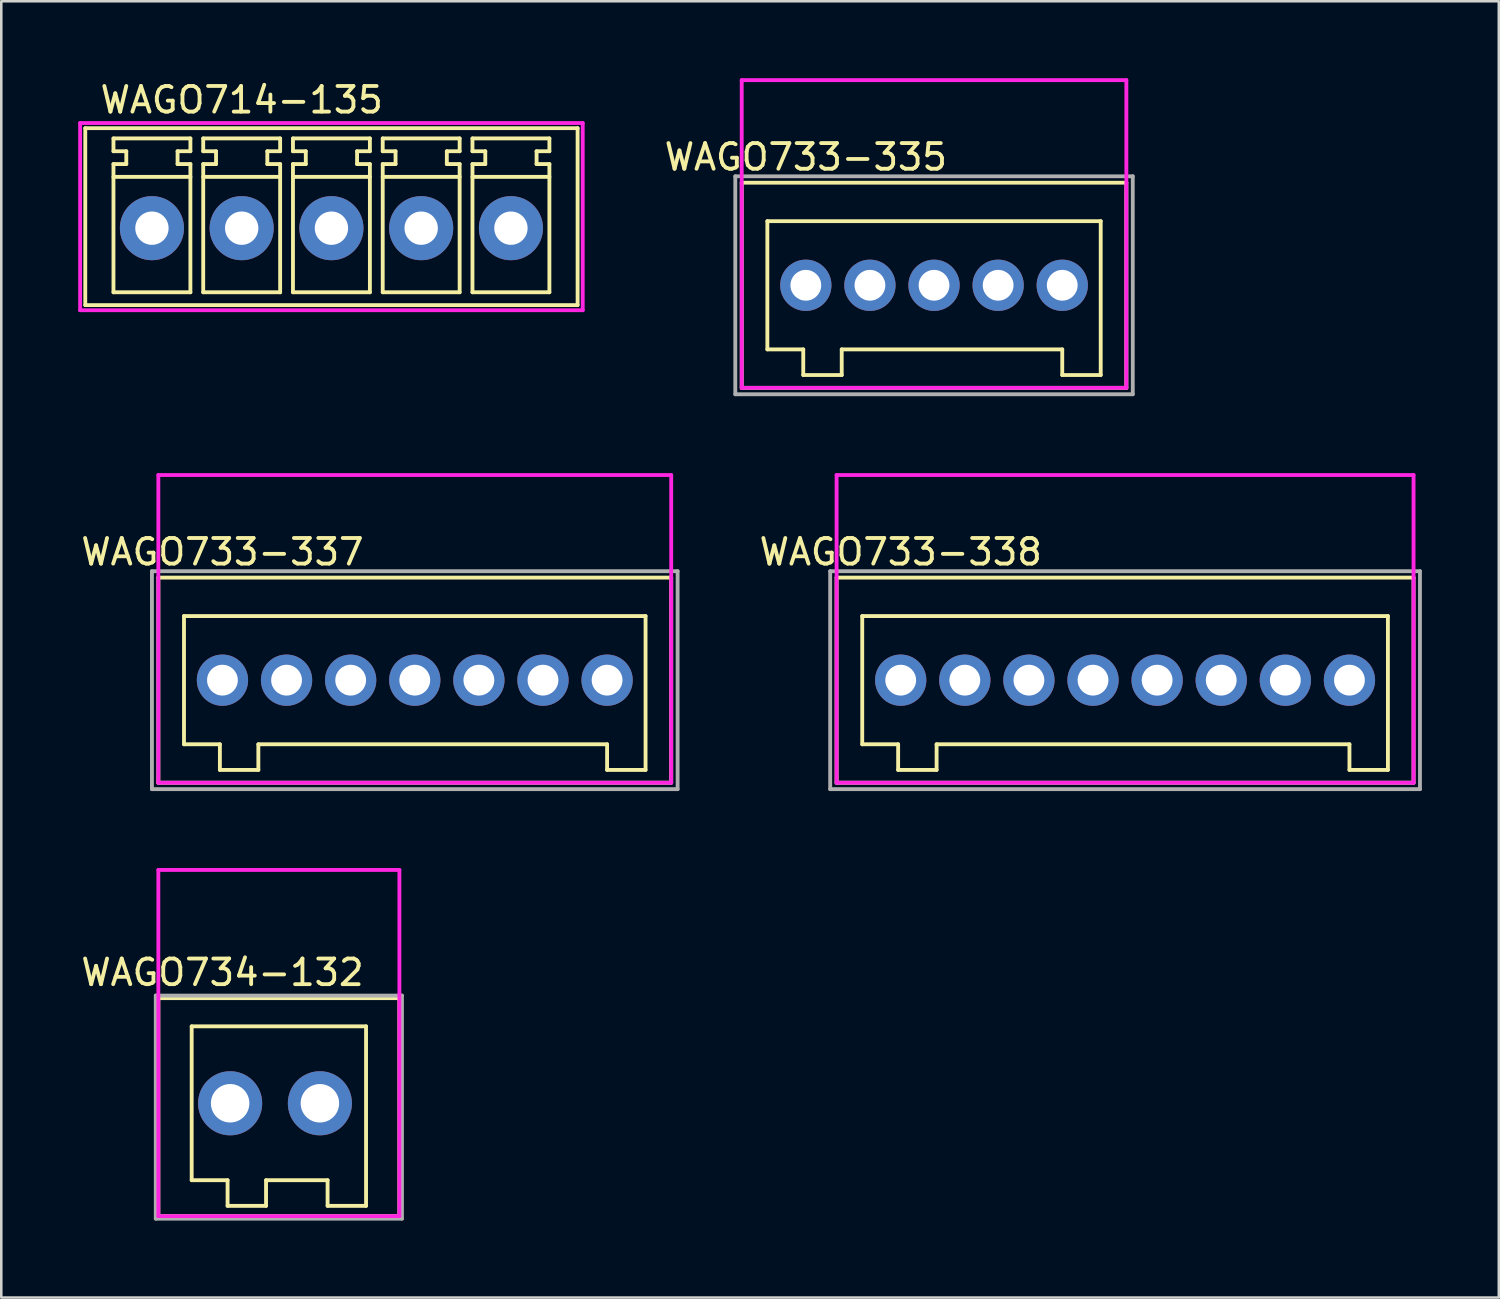
<source format=kicad_pcb>
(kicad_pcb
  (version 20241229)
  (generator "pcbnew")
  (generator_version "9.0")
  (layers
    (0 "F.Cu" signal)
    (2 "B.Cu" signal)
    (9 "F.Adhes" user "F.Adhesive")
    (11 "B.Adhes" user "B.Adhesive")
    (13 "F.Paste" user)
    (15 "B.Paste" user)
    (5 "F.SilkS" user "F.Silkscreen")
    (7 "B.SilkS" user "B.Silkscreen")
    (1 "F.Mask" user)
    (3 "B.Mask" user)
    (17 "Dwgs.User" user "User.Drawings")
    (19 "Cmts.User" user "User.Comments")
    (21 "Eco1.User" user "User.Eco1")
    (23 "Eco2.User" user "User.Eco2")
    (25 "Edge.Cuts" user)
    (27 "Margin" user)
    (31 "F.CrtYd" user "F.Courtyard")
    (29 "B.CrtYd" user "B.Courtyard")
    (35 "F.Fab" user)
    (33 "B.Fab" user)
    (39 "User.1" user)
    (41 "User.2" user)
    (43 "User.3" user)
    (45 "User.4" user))
  (footprint "WAGO733-338"
    (layer "F.Cu")
    (at 32.075 23.475)
    (property "Reference" "WAGO733-338" (at 0 -5 0) (layer "F.SilkS") (effects (font (size 1 1) (thickness 0.15))))
    (attr through_hole)
    (fp_line (start -2.5 4) (end -2.5 -4) (stroke (width 0.15) (type solid)) (layer "F.SilkS"))
    (fp_line (start -1.5 -2.5) (end -1.5 2.5) (stroke (width 0.15) (type solid)) (layer "F.SilkS"))
    (fp_line (start -1.5 2.5) (end -0.1 2.5) (stroke (width 0.15) (type solid)) (layer "F.SilkS"))
    (fp_line (start -0.1 2.5) (end -0.1 3.5) (stroke (width 0.15) (type solid)) (layer "F.SilkS"))
    (fp_line (start -0.1 3.5) (end 1.4 3.5) (stroke (width 0.15) (type solid)) (layer "F.SilkS"))
    (fp_line (start 1.4 2.5) (end 17.5 2.5) (stroke (width 0.15) (type solid)) (layer "F.SilkS"))
    (fp_line (start 1.4 3.5) (end 1.4 2.5) (stroke (width 0.15) (type solid)) (layer "F.SilkS"))
    (fp_line (start 17.5 2.5) (end 17.5 3.5) (stroke (width 0.15) (type solid)) (layer "F.SilkS"))
    (fp_line (start 17.5 3.5) (end 19 3.5) (stroke (width 0.15) (type solid)) (layer "F.SilkS"))
    (fp_line (start 19 -2.5) (end -1.5 -2.5) (stroke (width 0.15) (type solid)) (layer "F.SilkS"))
    (fp_line (start 19 3.5) (end 19 -2.5) (stroke (width 0.15) (type solid)) (layer "F.SilkS"))
    (fp_line (start 20 -4) (end -2.5 -4) (stroke (width 0.15) (type solid)) (layer "F.SilkS"))
    (fp_line (start 20 4) (end -2.5 4) (stroke (width 0.15) (type solid)) (layer "F.SilkS"))
    (fp_line (start 20 4) (end 20 -4) (stroke (width 0.15) (type solid)) (layer "F.SilkS"))
    (fp_line (start -2.5 -8) (end -2.5 4) (stroke (width 0.15) (type solid)) (layer "F.CrtYd"))
    (fp_line (start -2.5 4) (end 20 4) (stroke (width 0.15) (type solid)) (layer "F.CrtYd"))
    (fp_line (start 20 -8) (end -2.5 -8) (stroke (width 0.15) (type solid)) (layer "F.CrtYd"))
    (fp_line (start 20 4) (end 20 -8) (stroke (width 0.15) (type solid)) (layer "F.CrtYd"))
    (fp_line (start -2.75 -4.25) (end -2.75 4.25) (stroke (width 0.15) (type solid)) (layer "F.Fab"))
    (fp_line (start -2.75 4.25) (end 20.25 4.25) (stroke (width 0.15) (type solid)) (layer "F.Fab"))
    (fp_line (start 20.25 -4.25) (end -2.75 -4.25) (stroke (width 0.15) (type solid)) (layer "F.Fab"))
    (fp_line (start 20.25 4.25) (end 20.25 -4.25) (stroke (width 0.15) (type solid)) (layer "F.Fab"))
    (pad "1" thru_hole circle (at 0 0) (size 2 2) (drill 1.2) (layers "*.Cu" "*.Mask"))
    (pad "2" thru_hole circle (at 2.5 0) (size 2 2) (drill 1.2) (layers "*.Cu" "*.Mask"))
    (pad "3" thru_hole circle (at 5 0) (size 2 2) (drill 1.2) (layers "*.Cu" "*.Mask"))
    (pad "4" thru_hole circle (at 7.5 0) (size 2 2) (drill 1.2) (layers "*.Cu" "*.Mask"))
    (pad "5" thru_hole circle (at 10 0) (size 2 2) (drill 1.2) (layers "*.Cu" "*.Mask"))
    (pad "6" thru_hole circle (at 12.5 0) (size 2 2) (drill 1.2) (layers "*.Cu" "*.Mask"))
    (pad "7" thru_hole circle (at 15 0) (size 2 2) (drill 1.2) (layers "*.Cu" "*.Mask"))
    (pad "8" thru_hole circle (at 17.5 0) (size 2 2) (drill 1.2) (layers "*.Cu" "*.Mask")))
  (footprint "WAGO733-337"
    (layer "F.Cu")
    (at 5.625 23.475)
    (property "Reference" "WAGO733-337" (at 0 -5 0) (layer "F.SilkS") (effects (font (size 1 1) (thickness 0.15))))
    (attr through_hole)
    (fp_line (start -2.5 4) (end -2.5 -4) (stroke (width 0.15) (type solid)) (layer "F.SilkS"))
    (fp_line (start -1.5 -2.5) (end -1.5 2.5) (stroke (width 0.15) (type solid)) (layer "F.SilkS"))
    (fp_line (start -1.5 2.5) (end -0.1 2.5) (stroke (width 0.15) (type solid)) (layer "F.SilkS"))
    (fp_line (start -0.1 2.5) (end -0.1 3.5) (stroke (width 0.15) (type solid)) (layer "F.SilkS"))
    (fp_line (start -0.1 3.5) (end 1.4 3.5) (stroke (width 0.15) (type solid)) (layer "F.SilkS"))
    (fp_line (start 1.4 2.5) (end 15 2.5) (stroke (width 0.15) (type solid)) (layer "F.SilkS"))
    (fp_line (start 1.4 3.5) (end 1.4 2.5) (stroke (width 0.15) (type solid)) (layer "F.SilkS"))
    (fp_line (start 15 2.5) (end 15 3.5) (stroke (width 0.15) (type solid)) (layer "F.SilkS"))
    (fp_line (start 15 3.5) (end 16.5 3.5) (stroke (width 0.15) (type solid)) (layer "F.SilkS"))
    (fp_line (start 16.5 -2.5) (end -1.5 -2.5) (stroke (width 0.15) (type solid)) (layer "F.SilkS"))
    (fp_line (start 16.5 3.5) (end 16.5 -2.5) (stroke (width 0.15) (type solid)) (layer "F.SilkS"))
    (fp_line (start 17.5 -4) (end -2.5 -4) (stroke (width 0.15) (type solid)) (layer "F.SilkS"))
    (fp_line (start 17.5 4) (end -2.5 4) (stroke (width 0.15) (type solid)) (layer "F.SilkS"))
    (fp_line (start 17.5 4) (end 17.5 -4) (stroke (width 0.15) (type solid)) (layer "F.SilkS"))
    (fp_line (start -2.5 -8) (end -2.5 4) (stroke (width 0.15) (type solid)) (layer "F.CrtYd"))
    (fp_line (start -2.5 4) (end 17.5 4) (stroke (width 0.15) (type solid)) (layer "F.CrtYd"))
    (fp_line (start 17.5 -8) (end -2.5 -8) (stroke (width 0.15) (type solid)) (layer "F.CrtYd"))
    (fp_line (start 17.5 4) (end 17.5 -8) (stroke (width 0.15) (type solid)) (layer "F.CrtYd"))
    (fp_line (start -2.75 -4.25) (end -2.75 4.25) (stroke (width 0.15) (type solid)) (layer "F.Fab"))
    (fp_line (start -2.75 4.25) (end 17.75 4.25) (stroke (width 0.15) (type solid)) (layer "F.Fab"))
    (fp_line (start 17.75 -4.25) (end -2.75 -4.25) (stroke (width 0.15) (type solid)) (layer "F.Fab"))
    (fp_line (start 17.75 4.25) (end 17.75 -4.25) (stroke (width 0.15) (type solid)) (layer "F.Fab"))
    (pad "1" thru_hole circle (at 0 0) (size 2 2) (drill 1.2) (layers "*.Cu" "*.Mask"))
    (pad "2" thru_hole circle (at 2.5 0) (size 2 2) (drill 1.2) (layers "*.Cu" "*.Mask"))
    (pad "3" thru_hole circle (at 5 0) (size 2 2) (drill 1.2) (layers "*.Cu" "*.Mask"))
    (pad "4" thru_hole circle (at 7.5 0) (size 2 2) (drill 1.2) (layers "*.Cu" "*.Mask"))
    (pad "5" thru_hole circle (at 10 0) (size 2 2) (drill 1.2) (layers "*.Cu" "*.Mask"))
    (pad "6" thru_hole circle (at 12.5 0) (size 2 2) (drill 1.2) (layers "*.Cu" "*.Mask"))
    (pad "7" thru_hole circle (at 15 0) (size 2 2) (drill 1.2) (layers "*.Cu" "*.Mask")))
  (footprint "WAGO733-335"
    (layer "F.Cu")
    (at 28.375 8.075)
    (property "Reference" "WAGO733-335" (at 0 -5 0) (layer "F.SilkS") (effects (font (size 1 1) (thickness 0.15))))
    (attr through_hole)
    (fp_line (start -2.5 4) (end -2.5 -4) (stroke (width 0.15) (type solid)) (layer "F.SilkS"))
    (fp_line (start -1.5 -2.5) (end -1.5 2.5) (stroke (width 0.15) (type solid)) (layer "F.SilkS"))
    (fp_line (start -1.5 2.5) (end -0.1 2.5) (stroke (width 0.15) (type solid)) (layer "F.SilkS"))
    (fp_line (start -0.1 2.5) (end -0.1 3.5) (stroke (width 0.15) (type solid)) (layer "F.SilkS"))
    (fp_line (start -0.1 3.5) (end 1.4 3.5) (stroke (width 0.15) (type solid)) (layer "F.SilkS"))
    (fp_line (start 1.4 2.5) (end 10 2.5) (stroke (width 0.15) (type solid)) (layer "F.SilkS"))
    (fp_line (start 1.4 3.5) (end 1.4 2.5) (stroke (width 0.15) (type solid)) (layer "F.SilkS"))
    (fp_line (start 10 2.5) (end 10 3.5) (stroke (width 0.15) (type solid)) (layer "F.SilkS"))
    (fp_line (start 10 3.5) (end 11.5 3.5) (stroke (width 0.15) (type solid)) (layer "F.SilkS"))
    (fp_line (start 11.5 -2.5) (end -1.5 -2.5) (stroke (width 0.15) (type solid)) (layer "F.SilkS"))
    (fp_line (start 11.5 3.5) (end 11.5 -2.5) (stroke (width 0.15) (type solid)) (layer "F.SilkS"))
    (fp_line (start 12.5 -4) (end -2.5 -4) (stroke (width 0.15) (type solid)) (layer "F.SilkS"))
    (fp_line (start 12.5 4) (end -2.5 4) (stroke (width 0.15) (type solid)) (layer "F.SilkS"))
    (fp_line (start 12.5 4) (end 12.5 -4) (stroke (width 0.15) (type solid)) (layer "F.SilkS"))
    (fp_line (start -2.5 -8) (end -2.5 4) (stroke (width 0.15) (type solid)) (layer "F.CrtYd"))
    (fp_line (start -2.5 4) (end 12.5 4) (stroke (width 0.15) (type solid)) (layer "F.CrtYd"))
    (fp_line (start 12.5 -8) (end -2.5 -8) (stroke (width 0.15) (type solid)) (layer "F.CrtYd"))
    (fp_line (start 12.5 4) (end 12.5 -8) (stroke (width 0.15) (type solid)) (layer "F.CrtYd"))
    (fp_line (start -2.75 -4.25) (end -2.75 4.25) (stroke (width 0.15) (type solid)) (layer "F.Fab"))
    (fp_line (start -2.75 4.25) (end 12.75 4.25) (stroke (width 0.15) (type solid)) (layer "F.Fab"))
    (fp_line (start 12.75 -4.25) (end -2.75 -4.25) (stroke (width 0.15) (type solid)) (layer "F.Fab"))
    (fp_line (start 12.75 4.25) (end 12.75 -4.25) (stroke (width 0.15) (type solid)) (layer "F.Fab"))
    (pad "1" thru_hole circle (at 0 0) (size 2 2) (drill 1.2) (layers "*.Cu" "*.Mask"))
    (pad "2" thru_hole circle (at 2.5 0) (size 2 2) (drill 1.2) (layers "*.Cu" "*.Mask"))
    (pad "3" thru_hole circle (at 5 0) (size 2 2) (drill 1.2) (layers "*.Cu" "*.Mask"))
    (pad "4" thru_hole circle (at 7.5 0) (size 2 2) (drill 1.2) (layers "*.Cu" "*.Mask"))
    (pad "5" thru_hole circle (at 10 0) (size 2 2) (drill 1.2) (layers "*.Cu" "*.Mask")))
  (footprint "WAGO734-132"
    (layer "F.Cu")
    (at 5.925 39.975)
    (property "Reference" "WAGO734-132" (at -0.3 -5.1 0) (layer "F.SilkS") (effects (font (size 1 1) (thickness 0.15))))
    (attr through_hole)
    (fp_line (start -2.8 4.4) (end -2.8 -4.1) (stroke (width 0.15) (type solid)) (layer "F.SilkS"))
    (fp_line (start -1.5 -3) (end -1.5 3) (stroke (width 0.15) (type solid)) (layer "F.SilkS"))
    (fp_line (start -1.5 3) (end -0.1 3) (stroke (width 0.15) (type solid)) (layer "F.SilkS"))
    (fp_line (start -0.1 3) (end -0.1 4) (stroke (width 0.15) (type solid)) (layer "F.SilkS"))
    (fp_line (start -0.1 4) (end 1.4 4) (stroke (width 0.15) (type solid)) (layer "F.SilkS"))
    (fp_line (start 1.4 3) (end 3.8 3) (stroke (width 0.15) (type solid)) (layer "F.SilkS"))
    (fp_line (start 1.4 4) (end 1.4 3) (stroke (width 0.15) (type solid)) (layer "F.SilkS"))
    (fp_line (start 3.8 3) (end 3.8 4) (stroke (width 0.15) (type solid)) (layer "F.SilkS"))
    (fp_line (start 3.8 4) (end 5.3 4) (stroke (width 0.15) (type solid)) (layer "F.SilkS"))
    (fp_line (start 5.3 -3) (end -1.5 -3) (stroke (width 0.15) (type solid)) (layer "F.SilkS"))
    (fp_line (start 5.3 4) (end 5.3 -3) (stroke (width 0.15) (type solid)) (layer "F.SilkS"))
    (fp_line (start 6.6 -4.1) (end -2.8 -4.1) (stroke (width 0.15) (type solid)) (layer "F.SilkS"))
    (fp_line (start 6.6 4.4) (end -2.8 4.4) (stroke (width 0.15) (type solid)) (layer "F.SilkS"))
    (fp_line (start 6.6 4.4) (end 6.6 -4.1) (stroke (width 0.15) (type solid)) (layer "F.SilkS"))
    (fp_line (start -2.8 -9.1) (end 6.6 -9.1) (stroke (width 0.15) (type solid)) (layer "F.CrtYd"))
    (fp_line (start -2.8 4.4) (end -2.8 -9.1) (stroke (width 0.15) (type solid)) (layer "F.CrtYd"))
    (fp_line (start 6.6 -9.1) (end 6.6 4.4) (stroke (width 0.15) (type solid)) (layer "F.CrtYd"))
    (fp_line (start 6.6 4.4) (end -2.8 4.4) (stroke (width 0.15) (type solid)) (layer "F.CrtYd"))
    (fp_line (start -2.9 -4.2) (end 6.7 -4.2) (stroke (width 0.15) (type solid)) (layer "F.Fab"))
    (fp_line (start -2.9 4.5) (end -2.9 -4.2) (stroke (width 0.15) (type solid)) (layer "F.Fab"))
    (fp_line (start 6.7 -4.2) (end 6.7 4.5) (stroke (width 0.15) (type solid)) (layer "F.Fab"))
    (fp_line (start 6.7 4.5) (end -2.9 4.5) (stroke (width 0.15) (type solid)) (layer "F.Fab"))
    (pad "1" thru_hole circle (at 0 0) (size 2.5 2.5) (drill 1.5) (layers "*.Cu" "*.Mask"))
    (pad "2" thru_hole circle (at 3.5 0) (size 2.5 2.5) (drill 1.5) (layers "*.Cu" "*.Mask")))
  (footprint "WAGO714-135"
    (layer "F.Cu")
    (at 2.875 5.848)
    (property "Reference" "WAGO714-135" (at 3.5 -5 0) (layer "F.SilkS") (effects (font (size 1 1) (thickness 0.15))))
    (attr through_hole)
    (fp_line (start -2.6 -3.9) (end -2.6 3) (stroke (width 0.15) (type solid)) (layer "F.SilkS"))
    (fp_line (start -2.6 3) (end 16.6 3) (stroke (width 0.15) (type solid)) (layer "F.SilkS"))
    (fp_line (start -1.5 -3.5) (end 1.5 -3.5) (stroke (width 0.15) (type solid)) (layer "F.SilkS"))
    (fp_line (start -1.5 -3) (end -1.5 -3.5) (stroke (width 0.15) (type solid)) (layer "F.SilkS"))
    (fp_line (start -1.5 -2.5) (end -1 -2.5) (stroke (width 0.15) (type solid)) (layer "F.SilkS"))
    (fp_line (start -1.5 2.5) (end -1.5 -2.5) (stroke (width 0.15) (type solid)) (layer "F.SilkS"))
    (fp_line (start -1 -3) (end -1.5 -3) (stroke (width 0.15) (type solid)) (layer "F.SilkS"))
    (fp_line (start -1 -2.5) (end -1 -3) (stroke (width 0.15) (type solid)) (layer "F.SilkS"))
    (fp_line (start 1 -3) (end 1 -2.5) (stroke (width 0.15) (type solid)) (layer "F.SilkS"))
    (fp_line (start 1 -2.5) (end 1.5 -2.5) (stroke (width 0.15) (type solid)) (layer "F.SilkS"))
    (fp_line (start 1.5 -3.5) (end 1.5 -3) (stroke (width 0.15) (type solid)) (layer "F.SilkS"))
    (fp_line (start 1.5 -3) (end 1 -3) (stroke (width 0.15) (type solid)) (layer "F.SilkS"))
    (fp_line (start 1.5 -2.5) (end 1.5 2.5) (stroke (width 0.15) (type solid)) (layer "F.SilkS"))
    (fp_line (start 1.5 -2) (end -1.5 -2) (stroke (width 0.15) (type solid)) (layer "F.SilkS"))
    (fp_line (start 1.5 2.5) (end -1.5 2.5) (stroke (width 0.15) (type solid)) (layer "F.SilkS"))
    (fp_line (start 2 -3.5) (end 2 -3) (stroke (width 0.15) (type solid)) (layer "F.SilkS"))
    (fp_line (start 2 -3) (end 2.5 -3) (stroke (width 0.15) (type solid)) (layer "F.SilkS"))
    (fp_line (start 2 -2.5) (end 2 2.5) (stroke (width 0.15) (type solid)) (layer "F.SilkS"))
    (fp_line (start 2 2.5) (end 5 2.5) (stroke (width 0.15) (type solid)) (layer "F.SilkS"))
    (fp_line (start 2.5 -3) (end 2.5 -2.5) (stroke (width 0.15) (type solid)) (layer "F.SilkS"))
    (fp_line (start 2.5 -2.5) (end 2 -2.5) (stroke (width 0.15) (type solid)) (layer "F.SilkS"))
    (fp_line (start 4.5 -3) (end 5 -3) (stroke (width 0.15) (type solid)) (layer "F.SilkS"))
    (fp_line (start 4.5 -2.5) (end 4.5 -3) (stroke (width 0.15) (type solid)) (layer "F.SilkS"))
    (fp_line (start 5 -3.5) (end 2 -3.5) (stroke (width 0.15) (type solid)) (layer "F.SilkS"))
    (fp_line (start 5 -3) (end 5 -3.5) (stroke (width 0.15) (type solid)) (layer "F.SilkS"))
    (fp_line (start 5 -2.5) (end 4.5 -2.5) (stroke (width 0.15) (type solid)) (layer "F.SilkS"))
    (fp_line (start 5 -2) (end 2 -2) (stroke (width 0.15) (type solid)) (layer "F.SilkS"))
    (fp_line (start 5 2.5) (end 5 -2.5) (stroke (width 0.15) (type solid)) (layer "F.SilkS"))
    (fp_line (start 5.5 -3.5) (end 8.5 -3.5) (stroke (width 0.15) (type solid)) (layer "F.SilkS"))
    (fp_line (start 5.5 -3) (end 5.5 -3.5) (stroke (width 0.15) (type solid)) (layer "F.SilkS"))
    (fp_line (start 5.5 -2.5) (end 6 -2.5) (stroke (width 0.15) (type solid)) (layer "F.SilkS"))
    (fp_line (start 5.5 -2) (end 8.5 -2) (stroke (width 0.15) (type solid)) (layer "F.SilkS"))
    (fp_line (start 5.5 2.5) (end 5.5 -2.5) (stroke (width 0.15) (type solid)) (layer "F.SilkS"))
    (fp_line (start 6 -3) (end 5.5 -3) (stroke (width 0.15) (type solid)) (layer "F.SilkS"))
    (fp_line (start 6 -2.5) (end 6 -3) (stroke (width 0.15) (type solid)) (layer "F.SilkS"))
    (fp_line (start 8 -3) (end 8 -2.5) (stroke (width 0.15) (type solid)) (layer "F.SilkS"))
    (fp_line (start 8 -2.5) (end 8.5 -2.5) (stroke (width 0.15) (type solid)) (layer "F.SilkS"))
    (fp_line (start 8.5 -3.5) (end 8.5 -3) (stroke (width 0.15) (type solid)) (layer "F.SilkS"))
    (fp_line (start 8.5 -3) (end 8 -3) (stroke (width 0.15) (type solid)) (layer "F.SilkS"))
    (fp_line (start 8.5 -2.5) (end 8.5 2.5) (stroke (width 0.15) (type solid)) (layer "F.SilkS"))
    (fp_line (start 8.5 2.5) (end 5.5 2.5) (stroke (width 0.15) (type solid)) (layer "F.SilkS"))
    (fp_line (start 9 -3.5) (end 12 -3.5) (stroke (width 0.15) (type solid)) (layer "F.SilkS"))
    (fp_line (start 9 -3) (end 9 -3.5) (stroke (width 0.15) (type solid)) (layer "F.SilkS"))
    (fp_line (start 9 -2.5) (end 9.5 -2.5) (stroke (width 0.15) (type solid)) (layer "F.SilkS"))
    (fp_line (start 9 -2) (end 12 -2) (stroke (width 0.15) (type solid)) (layer "F.SilkS"))
    (fp_line (start 9 2.5) (end 9 -2.5) (stroke (width 0.15) (type solid)) (layer "F.SilkS"))
    (fp_line (start 9.5 -3) (end 9 -3) (stroke (width 0.15) (type solid)) (layer "F.SilkS"))
    (fp_line (start 9.5 -2.5) (end 9.5 -3) (stroke (width 0.15) (type solid)) (layer "F.SilkS"))
    (fp_line (start 11.5 -3) (end 11.5 -2.5) (stroke (width 0.15) (type solid)) (layer "F.SilkS"))
    (fp_line (start 11.5 -2.5) (end 12 -2.5) (stroke (width 0.15) (type solid)) (layer "F.SilkS"))
    (fp_line (start 12 -3.5) (end 12 -3) (stroke (width 0.15) (type solid)) (layer "F.SilkS"))
    (fp_line (start 12 -3) (end 11.5 -3) (stroke (width 0.15) (type solid)) (layer "F.SilkS"))
    (fp_line (start 12 -2.5) (end 12 2.5) (stroke (width 0.15) (type solid)) (layer "F.SilkS"))
    (fp_line (start 12 2.5) (end 9 2.5) (stroke (width 0.15) (type solid)) (layer "F.SilkS"))
    (fp_line (start 12.5 -3.5) (end 15.5 -3.5) (stroke (width 0.15) (type solid)) (layer "F.SilkS"))
    (fp_line (start 12.5 -3) (end 12.5 -3.5) (stroke (width 0.15) (type solid)) (layer "F.SilkS"))
    (fp_line (start 12.5 -2.5) (end 13 -2.5) (stroke (width 0.15) (type solid)) (layer "F.SilkS"))
    (fp_line (start 12.5 -2) (end 15.5 -2) (stroke (width 0.15) (type solid)) (layer "F.SilkS"))
    (fp_line (start 12.5 2.5) (end 12.5 -2.5) (stroke (width 0.15) (type solid)) (layer "F.SilkS"))
    (fp_line (start 13 -3) (end 12.5 -3) (stroke (width 0.15) (type solid)) (layer "F.SilkS"))
    (fp_line (start 13 -2.5) (end 13 -3) (stroke (width 0.15) (type solid)) (layer "F.SilkS"))
    (fp_line (start 15 -3) (end 15 -2.5) (stroke (width 0.15) (type solid)) (layer "F.SilkS"))
    (fp_line (start 15 -2.5) (end 15.5 -2.5) (stroke (width 0.15) (type solid)) (layer "F.SilkS"))
    (fp_line (start 15.5 -3.5) (end 15.5 -3) (stroke (width 0.15) (type solid)) (layer "F.SilkS"))
    (fp_line (start 15.5 -3) (end 15 -3) (stroke (width 0.15) (type solid)) (layer "F.SilkS"))
    (fp_line (start 15.5 -2.5) (end 15.5 2.5) (stroke (width 0.15) (type solid)) (layer "F.SilkS"))
    (fp_line (start 15.5 2.5) (end 12.5 2.5) (stroke (width 0.15) (type solid)) (layer "F.SilkS"))
    (fp_line (start 16.6 -3.9) (end -2.6 -3.9) (stroke (width 0.15) (type solid)) (layer "F.SilkS"))
    (fp_line (start 16.6 3) (end 16.6 -3.9) (stroke (width 0.15) (type solid)) (layer "F.SilkS"))
    (fp_line (start -2.8 -4.1) (end 16.8 -4.1) (stroke (width 0.15) (type solid)) (layer "F.CrtYd"))
    (fp_line (start -2.8 3.2) (end -2.8 -4.1) (stroke (width 0.15) (type solid)) (layer "F.CrtYd"))
    (fp_line (start 16.8 -4.1) (end 16.8 3.2) (stroke (width 0.15) (type solid)) (layer "F.CrtYd"))
    (fp_line (start 16.8 3.2) (end -2.8 3.2) (stroke (width 0.15) (type solid)) (layer "F.CrtYd"))
    (pad "1" thru_hole circle (at 0 0) (size 2.5 2.5) (drill 1.3) (layers "*.Cu" "*.Mask"))
    (pad "2" thru_hole circle (at 3.5 0) (size 2.5 2.5) (drill 1.3) (layers "*.Cu" "*.Mask"))
    (pad "3" thru_hole circle (at 7 0) (size 2.5 2.5) (drill 1.3) (layers "*.Cu" "*.Mask"))
    (pad "4" thru_hole circle (at 10.5 0) (size 2.5 2.5) (drill 1.3) (layers "*.Cu" "*.Mask"))
    (pad "5" thru_hole circle (at 14 0) (size 2.5 2.5) (drill 1.3) (layers "*.Cu" "*.Mask")))
  (gr_rect
    (start -3 -3)
    (end 55.4 47.55)
    (stroke (width 0.1) (type default))
    (fill no)
    (layer "Edge.Cuts")))
</source>
